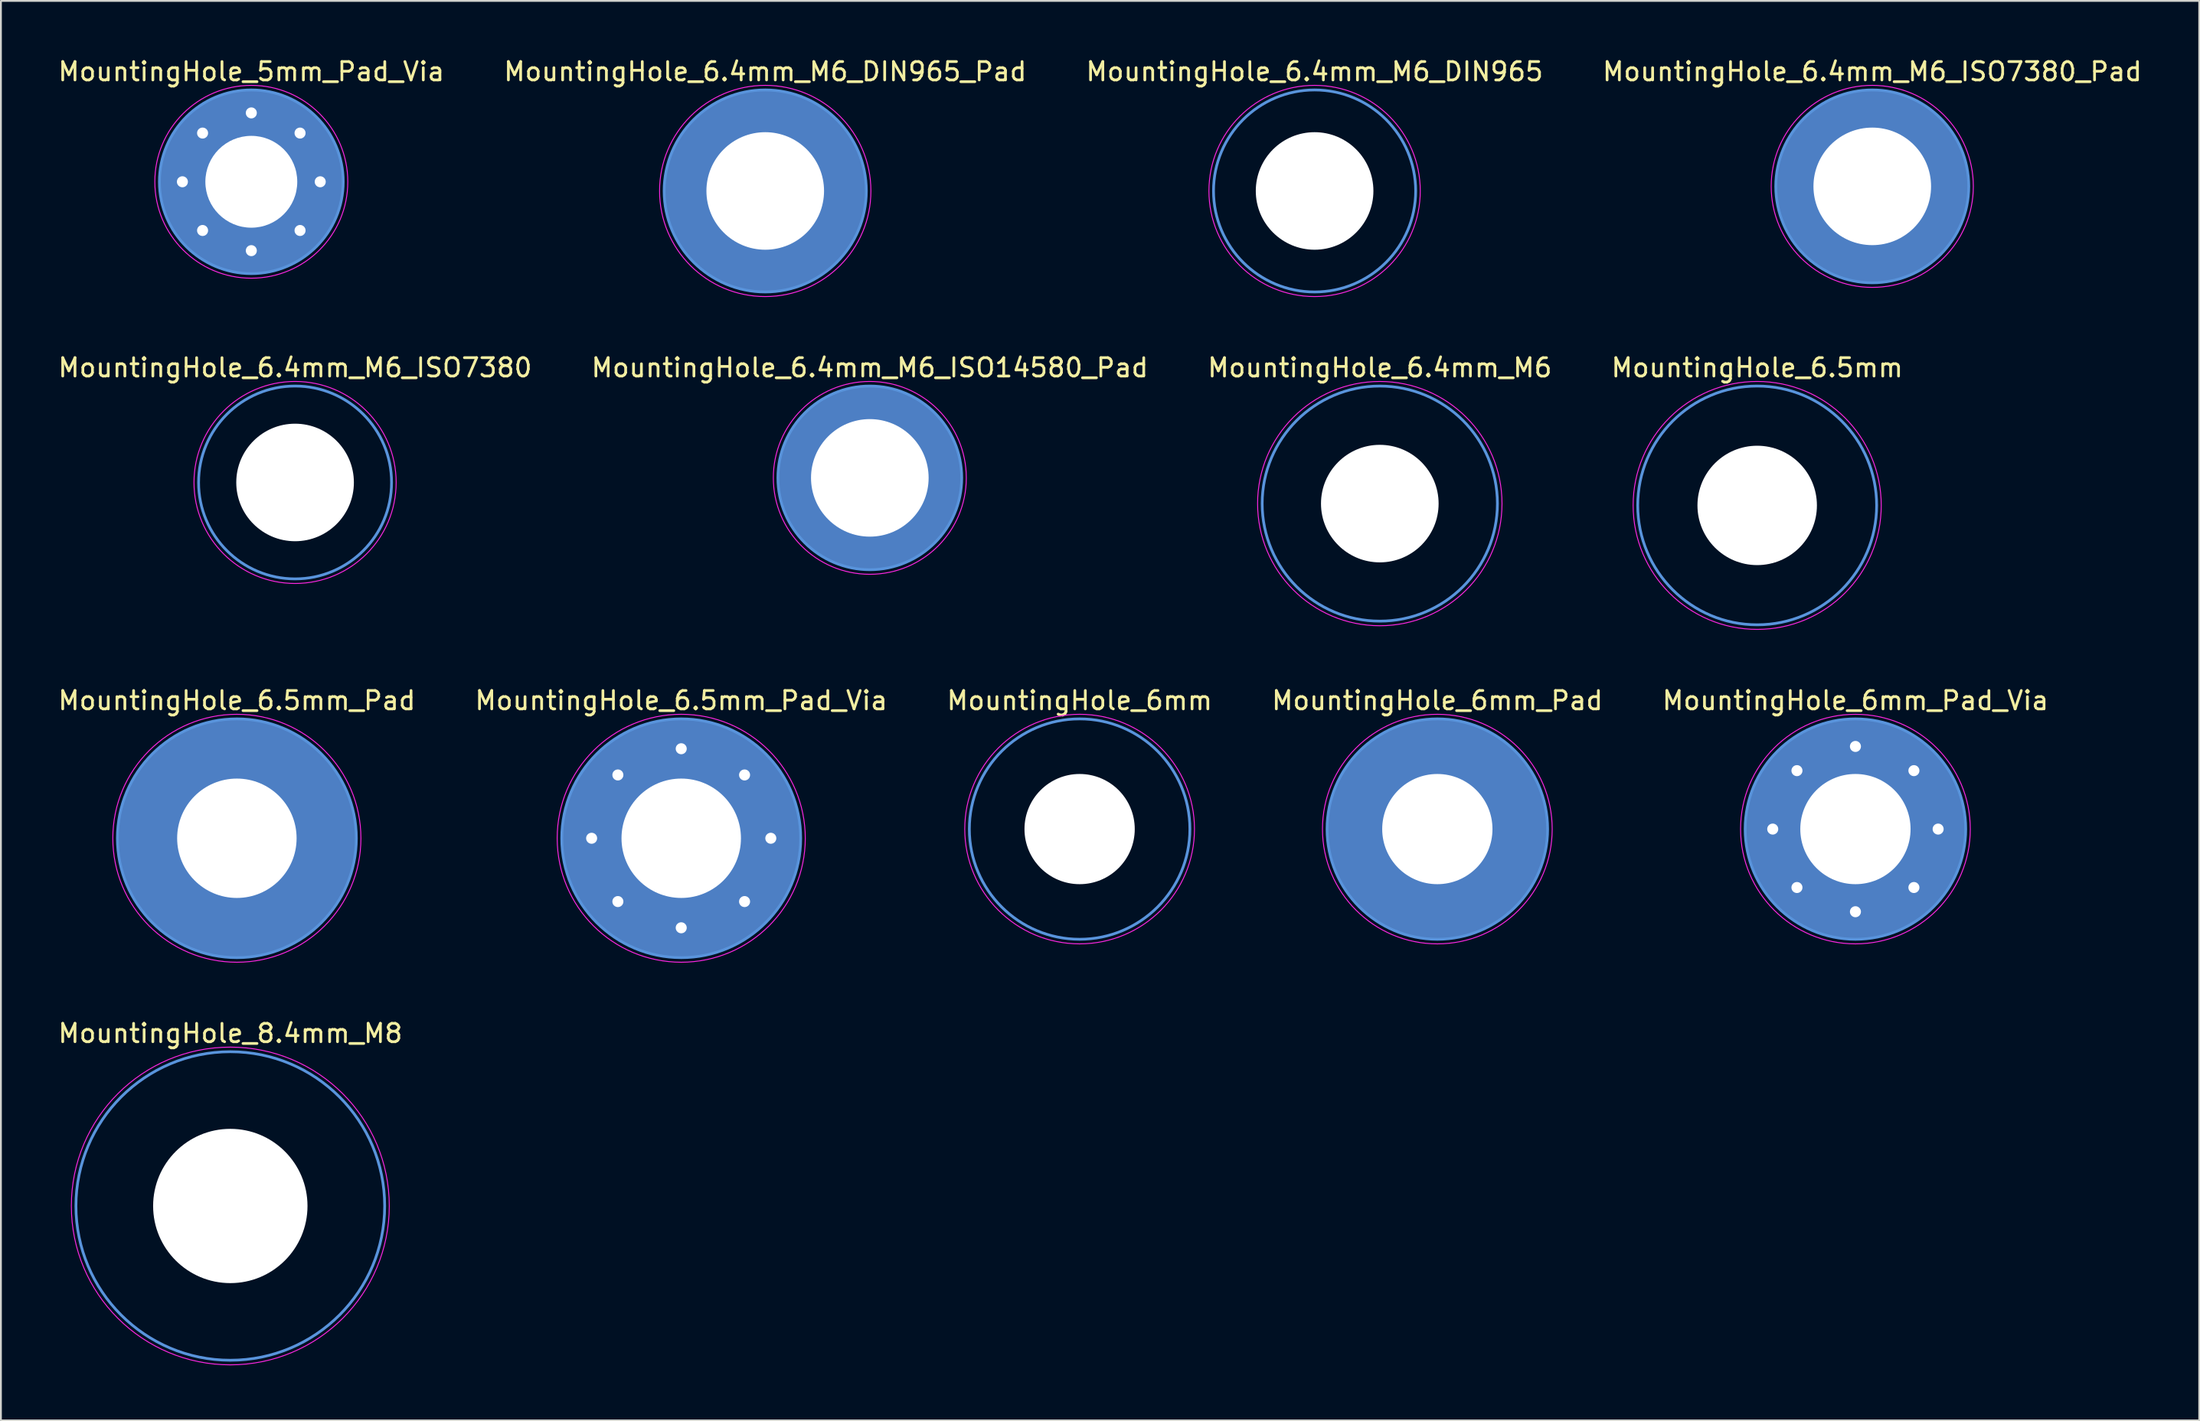
<source format=kicad_pcb>
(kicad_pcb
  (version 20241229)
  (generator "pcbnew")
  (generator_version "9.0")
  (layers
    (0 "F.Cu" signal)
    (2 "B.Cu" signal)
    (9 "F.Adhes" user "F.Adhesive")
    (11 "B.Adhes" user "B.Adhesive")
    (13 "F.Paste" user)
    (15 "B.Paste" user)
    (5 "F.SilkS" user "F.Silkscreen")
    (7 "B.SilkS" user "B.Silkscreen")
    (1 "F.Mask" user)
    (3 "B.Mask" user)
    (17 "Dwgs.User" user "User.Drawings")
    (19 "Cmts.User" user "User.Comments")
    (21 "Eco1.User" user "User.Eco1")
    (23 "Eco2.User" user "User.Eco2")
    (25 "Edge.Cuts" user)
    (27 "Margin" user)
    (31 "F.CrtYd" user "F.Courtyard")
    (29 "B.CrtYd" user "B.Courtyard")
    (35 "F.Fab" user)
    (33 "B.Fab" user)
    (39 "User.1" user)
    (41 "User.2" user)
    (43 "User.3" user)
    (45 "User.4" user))
  (footprint "MountingHole_6.5mm_Pad"
    (layer "F.Cu")
    (at 9.839 42.595)
    (property "Reference" "MountingHole_6.5mm_Pad" (at 0 -7.5 0) (layer "F.SilkS") (effects (font (size 1 1) (thickness 0.15))))
    (attr through_hole)
    (fp_circle (center 0 0) (end 6.5 0) (stroke (width 0.15) (type solid)) (fill no) (layer "Cmts.User"))
    (fp_circle (center 0 0) (end 6.75 0) (stroke (width 0.05) (type solid)) (fill no) (layer "F.CrtYd"))
    (pad "1" thru_hole circle (at 0 0) (size 13 13) (drill 6.5) (layers "*.Cu" "*.Mask")))
  (footprint "MountingHole_6.4mm_M6_ISO14580_Pad"
    (layer "F.Cu")
    (at 44.28 22.971)
    (property "Reference" "MountingHole_6.4mm_M6_ISO14580_Pad" (at 0 -6 0) (layer "F.SilkS") (effects (font (size 1 1) (thickness 0.15))))
    (attr through_hole)
    (fp_circle (center 0 0) (end 5 0) (stroke (width 0.15) (type solid)) (fill no) (layer "Cmts.User"))
    (fp_circle (center 0 0) (end 5.25 0) (stroke (width 0.05) (type solid)) (fill no) (layer "F.CrtYd"))
    (pad "1" thru_hole circle (at 0 0) (size 10 10) (drill 6.4) (layers "*.Cu" "*.Mask")))
  (footprint "MountingHole_6.4mm_M6"
    (layer "F.Cu")
    (at 72.03 24.372)
    (property "Reference" "MountingHole_6.4mm_M6" (at 0 -7.4 0) (layer "F.SilkS") (effects (font (size 1 1) (thickness 0.15))))
    (attr through_hole)
    (fp_circle (center 0 0) (end 6.4 0) (stroke (width 0.15) (type solid)) (fill no) (layer "Cmts.User"))
    (fp_circle (center 0 0) (end 6.65 0) (stroke (width 0.05) (type solid)) (fill no) (layer "F.CrtYd"))
    (pad "" np_thru_hole circle (at 0 0) (size 6.4 6.4) (drill 6.4) (layers "*.Cu" "*.Mask")))
  (footprint "MountingHole_6.4mm_M6_ISO7380_Pad"
    (layer "F.Cu")
    (at 98.827 7.098)
    (property "Reference" "MountingHole_6.4mm_M6_ISO7380_Pad" (at 0 -6.25 0) (layer "F.SilkS") (effects (font (size 1 1) (thickness 0.15))))
    (attr through_hole)
    (fp_circle (center 0 0) (end 5.25 0) (stroke (width 0.15) (type solid)) (fill no) (layer "Cmts.User"))
    (fp_circle (center 0 0) (end 5.5 0) (stroke (width 0.05) (type solid)) (fill no) (layer "F.CrtYd"))
    (pad "1" thru_hole circle (at 0 0) (size 10.5 10.5) (drill 6.4) (layers "*.Cu" "*.Mask")))
  (footprint "MountingHole_6.4mm_M6_ISO7380"
    (layer "F.Cu")
    (at 13.006 23.221)
    (property "Reference" "MountingHole_6.4mm_M6_ISO7380" (at 0 -6.25 0) (layer "F.SilkS") (effects (font (size 1 1) (thickness 0.15))))
    (attr through_hole)
    (fp_circle (center 0 0) (end 5.25 0) (stroke (width 0.15) (type solid)) (fill no) (layer "Cmts.User"))
    (fp_circle (center 0 0) (end 5.5 0) (stroke (width 0.05) (type solid)) (fill no) (layer "F.CrtYd"))
    (pad "" np_thru_hole circle (at 0 0) (size 6.4 6.4) (drill 6.4) (layers "*.Cu" "*.Mask")))
  (footprint "MountingHole_5mm_Pad_Via"
    (layer "F.Cu")
    (at 10.625 6.848)
    (property "Reference" "MountingHole_5mm_Pad_Via" (at 0 -6 0) (layer "F.SilkS") (effects (font (size 1 1) (thickness 0.15))))
    (attr through_hole)
    (fp_circle (center 0 0) (end 5 0) (stroke (width 0.15) (type solid)) (fill no) (layer "Cmts.User"))
    (fp_circle (center 0 0) (end 5.25 0) (stroke (width 0.05) (type solid)) (fill no) (layer "F.CrtYd"))
    (pad "" thru_hole circle (at -3.75 0) (size 0.7 0.7) (drill 0.6) (layers "*.Cu" "*.Mask"))
    (pad "" thru_hole circle (at -2.652 -2.652) (size 0.7 0.7) (drill 0.6) (layers "*.Cu" "*.Mask"))
    (pad "" thru_hole circle (at -2.652 2.652) (size 0.7 0.7) (drill 0.6) (layers "*.Cu" "*.Mask"))
    (pad "" thru_hole circle (at 0 -3.75) (size 0.7 0.7) (drill 0.6) (layers "*.Cu" "*.Mask"))
    (pad "" thru_hole circle (at 0 3.75) (size 0.7 0.7) (drill 0.6) (layers "*.Cu" "*.Mask"))
    (pad "" thru_hole circle (at 2.652 -2.652) (size 0.7 0.7) (drill 0.6) (layers "*.Cu" "*.Mask"))
    (pad "" thru_hole circle (at 2.652 2.652) (size 0.7 0.7) (drill 0.6) (layers "*.Cu" "*.Mask"))
    (pad "" thru_hole circle (at 3.75 0) (size 0.7 0.7) (drill 0.6) (layers "*.Cu" "*.Mask"))
    (pad "1" thru_hole circle (at 0 0) (size 10 10) (drill 5) (layers "*.Cu" "*.Mask")))
  (footprint "MountingHole_6.5mm_Pad_Via"
    (layer "F.Cu")
    (at 34.018 42.595)
    (property "Reference" "MountingHole_6.5mm_Pad_Via" (at 0 -7.5 0) (layer "F.SilkS") (effects (font (size 1 1) (thickness 0.15))))
    (attr through_hole)
    (fp_circle (center 0 0) (end 6.5 0) (stroke (width 0.15) (type solid)) (fill no) (layer "Cmts.User"))
    (fp_circle (center 0 0) (end 6.75 0) (stroke (width 0.05) (type solid)) (fill no) (layer "F.CrtYd"))
    (pad "" thru_hole circle (at -4.875 0) (size 0.7 0.7) (drill 0.6) (layers "*.Cu" "*.Mask"))
    (pad "" thru_hole circle (at -3.447 -3.447) (size 0.7 0.7) (drill 0.6) (layers "*.Cu" "*.Mask"))
    (pad "" thru_hole circle (at -3.447 3.447) (size 0.7 0.7) (drill 0.6) (layers "*.Cu" "*.Mask"))
    (pad "" thru_hole circle (at 0 -4.875) (size 0.7 0.7) (drill 0.6) (layers "*.Cu" "*.Mask"))
    (pad "" thru_hole circle (at 0 4.875) (size 0.7 0.7) (drill 0.6) (layers "*.Cu" "*.Mask"))
    (pad "" thru_hole circle (at 3.447 -3.447) (size 0.7 0.7) (drill 0.6) (layers "*.Cu" "*.Mask"))
    (pad "" thru_hole circle (at 3.447 3.447) (size 0.7 0.7) (drill 0.6) (layers "*.Cu" "*.Mask"))
    (pad "" thru_hole circle (at 4.875 0) (size 0.7 0.7) (drill 0.6) (layers "*.Cu" "*.Mask"))
    (pad "1" thru_hole circle (at 0 0) (size 13 13) (drill 6.5) (layers "*.Cu" "*.Mask")))
  (footprint "MountingHole_6.4mm_M6_DIN965"
    (layer "F.Cu")
    (at 68.482 7.348)
    (property "Reference" "MountingHole_6.4mm_M6_DIN965" (at 0 -6.5 0) (layer "F.SilkS") (effects (font (size 1 1) (thickness 0.15))))
    (attr through_hole)
    (fp_circle (center 0 0) (end 5.5 0) (stroke (width 0.15) (type solid)) (fill no) (layer "Cmts.User"))
    (fp_circle (center 0 0) (end 5.75 0) (stroke (width 0.05) (type solid)) (fill no) (layer "F.CrtYd"))
    (pad "" np_thru_hole circle (at 0 0) (size 6.4 6.4) (drill 6.4) (layers "*.Cu" "*.Mask")))
  (footprint "MountingHole_6.5mm"
    (layer "F.Cu")
    (at 92.565 24.471)
    (property "Reference" "MountingHole_6.5mm" (at 0 -7.5 0) (layer "F.SilkS") (effects (font (size 1 1) (thickness 0.15))))
    (attr through_hole)
    (fp_circle (center 0 0) (end 6.5 0) (stroke (width 0.15) (type solid)) (fill no) (layer "Cmts.User"))
    (fp_circle (center 0 0) (end 6.75 0) (stroke (width 0.05) (type solid)) (fill no) (layer "F.CrtYd"))
    (pad "" np_thru_hole circle (at 0 0) (size 6.5 6.5) (drill 6.5) (layers "*.Cu" "*.Mask")))
  (footprint "MountingHole_6mm_Pad_Via"
    (layer "F.Cu")
    (at 97.911 42.095)
    (property "Reference" "MountingHole_6mm_Pad_Via" (at 0 -7 0) (layer "F.SilkS") (effects (font (size 1 1) (thickness 0.15))))
    (attr through_hole)
    (fp_circle (center 0 0) (end 6 0) (stroke (width 0.15) (type solid)) (fill no) (layer "Cmts.User"))
    (fp_circle (center 0 0) (end 6.25 0) (stroke (width 0.05) (type solid)) (fill no) (layer "F.CrtYd"))
    (pad "" thru_hole circle (at -4.5 0) (size 0.7 0.7) (drill 0.6) (layers "*.Cu" "*.Mask"))
    (pad "" thru_hole circle (at -3.182 -3.182) (size 0.7 0.7) (drill 0.6) (layers "*.Cu" "*.Mask"))
    (pad "" thru_hole circle (at -3.182 3.182) (size 0.7 0.7) (drill 0.6) (layers "*.Cu" "*.Mask"))
    (pad "" thru_hole circle (at 0 -4.5) (size 0.7 0.7) (drill 0.6) (layers "*.Cu" "*.Mask"))
    (pad "" thru_hole circle (at 0 4.5) (size 0.7 0.7) (drill 0.6) (layers "*.Cu" "*.Mask"))
    (pad "" thru_hole circle (at 3.182 -3.182) (size 0.7 0.7) (drill 0.6) (layers "*.Cu" "*.Mask"))
    (pad "" thru_hole circle (at 3.182 3.182) (size 0.7 0.7) (drill 0.6) (layers "*.Cu" "*.Mask"))
    (pad "" thru_hole circle (at 4.5 0) (size 0.7 0.7) (drill 0.6) (layers "*.Cu" "*.Mask"))
    (pad "1" thru_hole circle (at 0 0) (size 12 12) (drill 6) (layers "*.Cu" "*.Mask")))
  (footprint "MountingHole_6.4mm_M6_DIN965_Pad"
    (layer "F.Cu")
    (at 38.589 7.348)
    (property "Reference" "MountingHole_6.4mm_M6_DIN965_Pad" (at 0 -6.5 0) (layer "F.SilkS") (effects (font (size 1 1) (thickness 0.15))))
    (attr through_hole)
    (fp_circle (center 0 0) (end 5.5 0) (stroke (width 0.15) (type solid)) (fill no) (layer "Cmts.User"))
    (fp_circle (center 0 0) (end 5.75 0) (stroke (width 0.05) (type solid)) (fill no) (layer "F.CrtYd"))
    (pad "1" thru_hole circle (at 0 0) (size 11 11) (drill 6.4) (layers "*.Cu" "*.Mask")))
  (footprint "MountingHole_6mm"
    (layer "F.Cu")
    (at 55.696 42.095)
    (property "Reference" "MountingHole_6mm" (at 0 -7 0) (layer "F.SilkS") (effects (font (size 1 1) (thickness 0.15))))
    (attr through_hole)
    (fp_circle (center 0 0) (end 6 0) (stroke (width 0.15) (type solid)) (fill no) (layer "Cmts.User"))
    (fp_circle (center 0 0) (end 6.25 0) (stroke (width 0.05) (type solid)) (fill no) (layer "F.CrtYd"))
    (pad "" np_thru_hole circle (at 0 0) (size 6 6) (drill 6) (layers "*.Cu" "*.Mask")))
  (footprint "MountingHole_6mm_Pad"
    (layer "F.Cu")
    (at 75.161 42.095)
    (property "Reference" "MountingHole_6mm_Pad" (at 0 -7 0) (layer "F.SilkS") (effects (font (size 1 1) (thickness 0.15))))
    (attr through_hole)
    (fp_circle (center 0 0) (end 6 0) (stroke (width 0.15) (type solid)) (fill no) (layer "Cmts.User"))
    (fp_circle (center 0 0) (end 6.25 0) (stroke (width 0.05) (type solid)) (fill no) (layer "F.CrtYd"))
    (pad "1" thru_hole circle (at 0 0) (size 12 12) (drill 6) (layers "*.Cu" "*.Mask")))
  (footprint "MountingHole_8.4mm_M8"
    (layer "F.Cu")
    (at 9.482 62.618)
    (property "Reference" "MountingHole_8.4mm_M8" (at 0 -9.4 0) (layer "F.SilkS") (effects (font (size 1 1) (thickness 0.15))))
    (attr through_hole)
    (fp_circle (center 0 0) (end 8.4 0) (stroke (width 0.15) (type solid)) (fill no) (layer "Cmts.User"))
    (fp_circle (center 0 0) (end 8.65 0) (stroke (width 0.05) (type solid)) (fill no) (layer "F.CrtYd"))
    (pad "" np_thru_hole circle (at 0 0) (size 8.4 8.4) (drill 8.4) (layers "*.Cu" "*.Mask")))
  (gr_rect
    (start -3 -3)
    (end 116.619 74.293)
    (stroke (width 0.1) (type default))
    (fill no)
    (layer "Edge.Cuts")))
</source>
